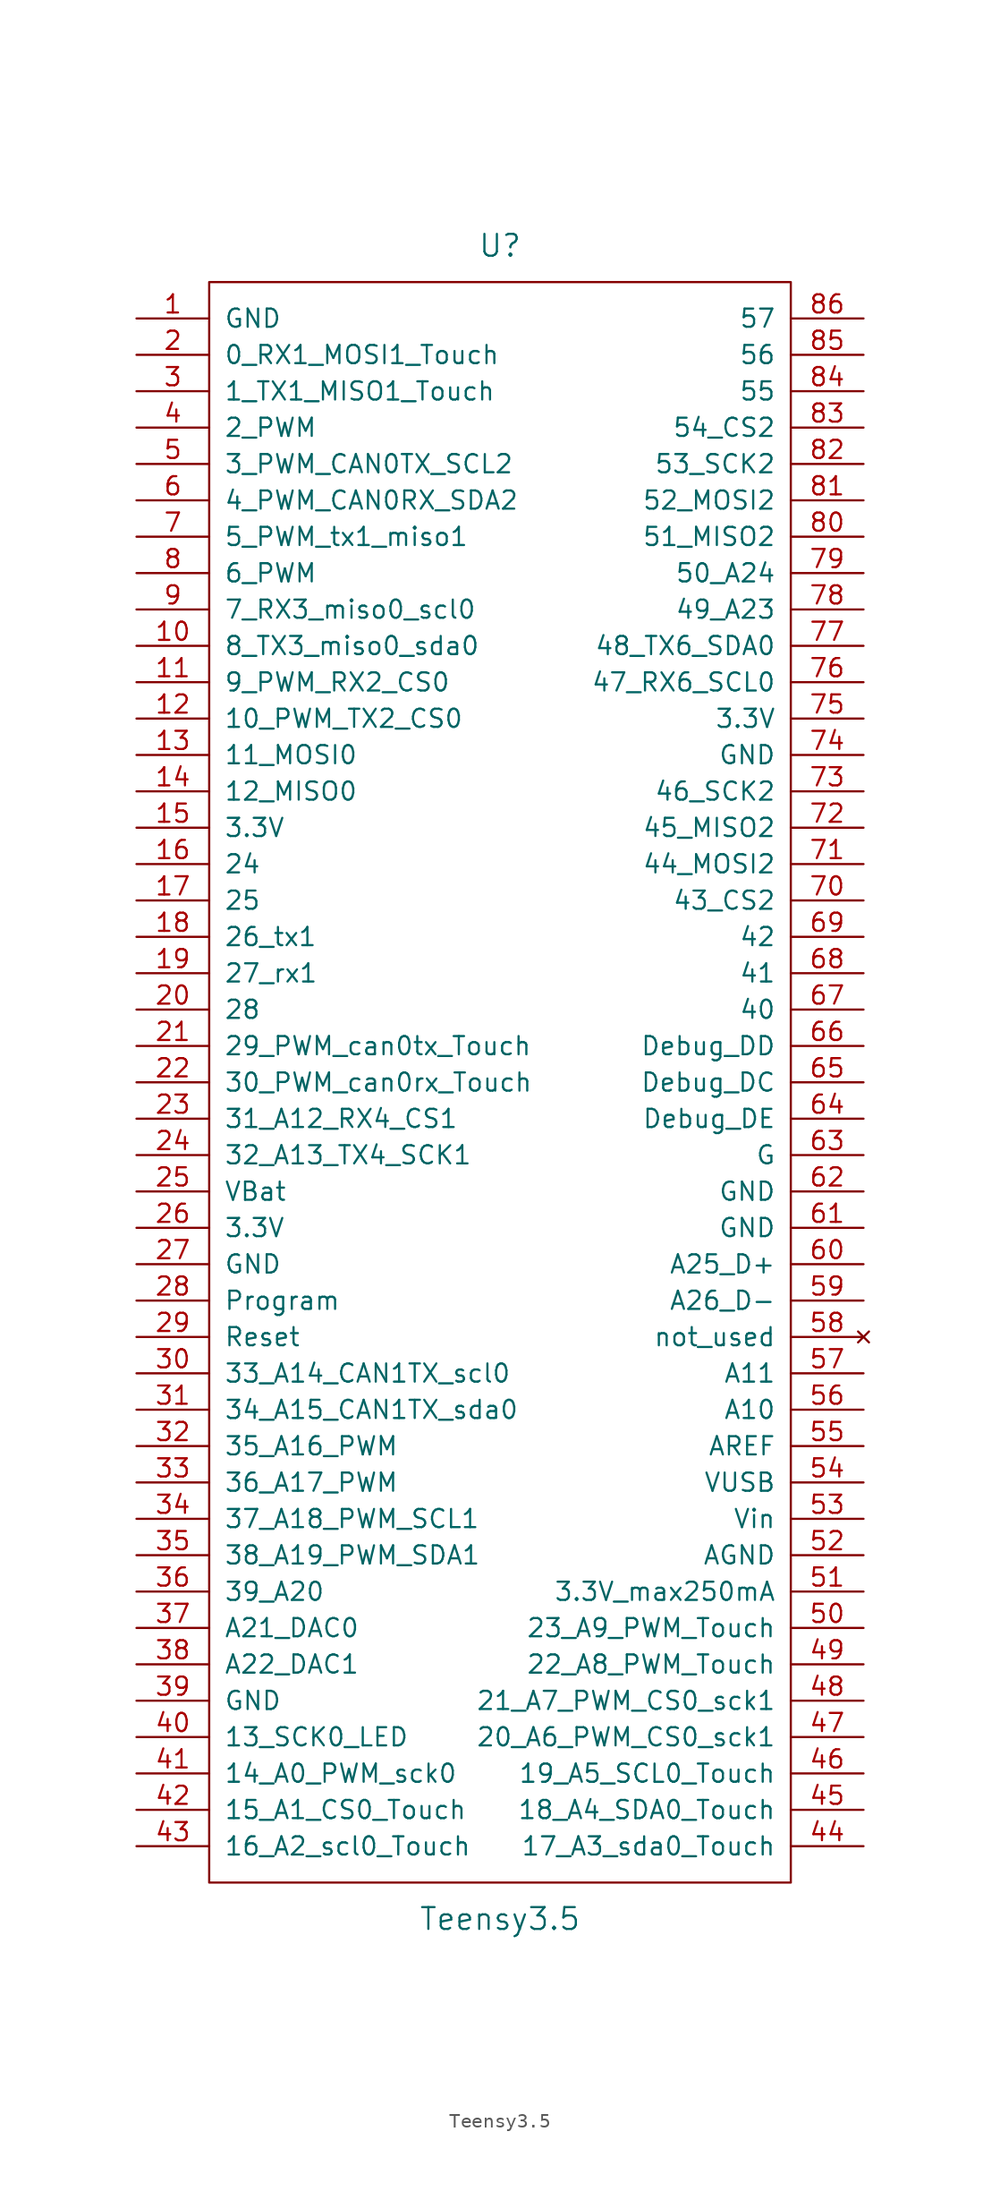
<source format=kicad_sym>
(kicad_symbol_lib
  (version 20211014)
  (generator kicad_symbol_editor)
  (symbol "Teensy3.5"
    (pin_names
      (offset 1.016))
    (property "Reference" "U"
      (at 0 58.42 0)
      (effects (font (size 1.524 1.524))))
    (property "Value" "Teensy3.5"
      (at 0 -58.42 0)
      (effects (font (size 1.524 1.524))))
    (property "Footprint" ""
      (at 0 0 0)
      (effects (font (size 1.524 1.524))))
    (property "Datasheet" ""
      (at 0 0 0)
      (effects (font (size 1.524 1.524))))
    (symbol "Teensy3.5_0_1"
      (rectangle (start -20.32 55.88) (end 20.32 -55.88) (stroke (width 0) (type default)) (fill (type none))))
    (symbol "Teensy3.5_1_1"
      (pin power_in line (at -25.4 53.34 0) (length 5.08) (name "GND" (effects (font (size 1.27 1.27)))) (number "1" (effects (font (size 1.27 1.27)))))
      (pin bidirectional line (at -25.4 30.48 0) (length 5.08) (name "8_TX3_miso0_sda0" (effects (font (size 1.27 1.27)))) (number "10" (effects (font (size 1.27 1.27)))))
      (pin bidirectional line (at -25.4 27.94 0) (length 5.08) (name "9_PWM_RX2_CS0" (effects (font (size 1.27 1.27)))) (number "11" (effects (font (size 1.27 1.27)))))
      (pin bidirectional line (at -25.4 25.4 0) (length 5.08) (name "10_PWM_TX2_CS0" (effects (font (size 1.27 1.27)))) (number "12" (effects (font (size 1.27 1.27)))))
      (pin bidirectional line (at -25.4 22.86 0) (length 5.08) (name "11_MOSI0" (effects (font (size 1.27 1.27)))) (number "13" (effects (font (size 1.27 1.27)))))
      (pin bidirectional line (at -25.4 20.32 0) (length 5.08) (name "12_MISO0" (effects (font (size 1.27 1.27)))) (number "14" (effects (font (size 1.27 1.27)))))
      (pin power_in line (at -25.4 17.78 0) (length 5.08) (name "3.3V" (effects (font (size 1.27 1.27)))) (number "15" (effects (font (size 1.27 1.27)))))
      (pin bidirectional line (at -25.4 15.24 0) (length 5.08) (name "24" (effects (font (size 1.27 1.27)))) (number "16" (effects (font (size 1.27 1.27)))))
      (pin bidirectional line (at -25.4 12.7 0) (length 5.08) (name "25" (effects (font (size 1.27 1.27)))) (number "17" (effects (font (size 1.27 1.27)))))
      (pin bidirectional line (at -25.4 10.16 0) (length 5.08) (name "26_tx1" (effects (font (size 1.27 1.27)))) (number "18" (effects (font (size 1.27 1.27)))))
      (pin bidirectional line (at -25.4 7.62 0) (length 5.08) (name "27_rx1" (effects (font (size 1.27 1.27)))) (number "19" (effects (font (size 1.27 1.27)))))
      (pin bidirectional line (at -25.4 50.8 0) (length 5.08) (name "0_RX1_MOSI1_Touch" (effects (font (size 1.27 1.27)))) (number "2" (effects (font (size 1.27 1.27)))))
      (pin bidirectional line (at -25.4 5.08 0) (length 5.08) (name "28" (effects (font (size 1.27 1.27)))) (number "20" (effects (font (size 1.27 1.27)))))
      (pin bidirectional line (at -25.4 2.54 0) (length 5.08) (name "29_PWM_can0tx_Touch" (effects (font (size 1.27 1.27)))) (number "21" (effects (font (size 1.27 1.27)))))
      (pin bidirectional line (at -25.4 0 0) (length 5.08) (name "30_PWM_can0rx_Touch" (effects (font (size 1.27 1.27)))) (number "22" (effects (font (size 1.27 1.27)))))
      (pin bidirectional line (at -25.4 -2.54 0) (length 5.08) (name "31_A12_RX4_CS1" (effects (font (size 1.27 1.27)))) (number "23" (effects (font (size 1.27 1.27)))))
      (pin bidirectional line (at -25.4 -5.08 0) (length 5.08) (name "32_A13_TX4_SCK1" (effects (font (size 1.27 1.27)))) (number "24" (effects (font (size 1.27 1.27)))))
      (pin power_in line (at -25.4 -7.62 0) (length 5.08) (name "VBat" (effects (font (size 1.27 1.27)))) (number "25" (effects (font (size 1.27 1.27)))))
      (pin power_in line (at -25.4 -10.16 0) (length 5.08) (name "3.3V" (effects (font (size 1.27 1.27)))) (number "26" (effects (font (size 1.27 1.27)))))
      (pin power_in line (at -25.4 -12.7 0) (length 5.08) (name "GND" (effects (font (size 1.27 1.27)))) (number "27" (effects (font (size 1.27 1.27)))))
      (pin input line (at -25.4 -15.24 0) (length 5.08) (name "Program" (effects (font (size 1.27 1.27)))) (number "28" (effects (font (size 1.27 1.27)))))
      (pin input line (at -25.4 -17.78 0) (length 5.08) (name "Reset" (effects (font (size 1.27 1.27)))) (number "29" (effects (font (size 1.27 1.27)))))
      (pin bidirectional line (at -25.4 48.26 0) (length 5.08) (name "1_TX1_MISO1_Touch" (effects (font (size 1.27 1.27)))) (number "3" (effects (font (size 1.27 1.27)))))
      (pin bidirectional line (at -25.4 -20.32 0) (length 5.08) (name "33_A14_CAN1TX_scl0" (effects (font (size 1.27 1.27)))) (number "30" (effects (font (size 1.27 1.27)))))
      (pin bidirectional line (at -25.4 -22.86 0) (length 5.08) (name "34_A15_CAN1TX_sda0" (effects (font (size 1.27 1.27)))) (number "31" (effects (font (size 1.27 1.27)))))
      (pin bidirectional line (at -25.4 -25.4 0) (length 5.08) (name "35_A16_PWM" (effects (font (size 1.27 1.27)))) (number "32" (effects (font (size 1.27 1.27)))))
      (pin bidirectional line (at -25.4 -27.94 0) (length 5.08) (name "36_A17_PWM" (effects (font (size 1.27 1.27)))) (number "33" (effects (font (size 1.27 1.27)))))
      (pin bidirectional line (at -25.4 -30.48 0) (length 5.08) (name "37_A18_PWM_SCL1" (effects (font (size 1.27 1.27)))) (number "34" (effects (font (size 1.27 1.27)))))
      (pin bidirectional line (at -25.4 -33.02 0) (length 5.08) (name "38_A19_PWM_SDA1" (effects (font (size 1.27 1.27)))) (number "35" (effects (font (size 1.27 1.27)))))
      (pin bidirectional line (at -25.4 -35.56 0) (length 5.08) (name "39_A20" (effects (font (size 1.27 1.27)))) (number "36" (effects (font (size 1.27 1.27)))))
      (pin bidirectional line (at -25.4 -38.1 0) (length 5.08) (name "A21_DAC0" (effects (font (size 1.27 1.27)))) (number "37" (effects (font (size 1.27 1.27)))))
      (pin bidirectional line (at -25.4 -40.64 0) (length 5.08) (name "A22_DAC1" (effects (font (size 1.27 1.27)))) (number "38" (effects (font (size 1.27 1.27)))))
      (pin power_in line (at -25.4 -43.18 0) (length 5.08) (name "GND" (effects (font (size 1.27 1.27)))) (number "39" (effects (font (size 1.27 1.27)))))
      (pin bidirectional line (at -25.4 45.72 0) (length 5.08) (name "2_PWM" (effects (font (size 1.27 1.27)))) (number "4" (effects (font (size 1.27 1.27)))))
      (pin bidirectional line (at -25.4 -45.72 0) (length 5.08) (name "13_SCK0_LED" (effects (font (size 1.27 1.27)))) (number "40" (effects (font (size 1.27 1.27)))))
      (pin bidirectional line (at -25.4 -48.26 0) (length 5.08) (name "14_A0_PWM_sck0" (effects (font (size 1.27 1.27)))) (number "41" (effects (font (size 1.27 1.27)))))
      (pin bidirectional line (at -25.4 -50.8 0) (length 5.08) (name "15_A1_CS0_Touch" (effects (font (size 1.27 1.27)))) (number "42" (effects (font (size 1.27 1.27)))))
      (pin bidirectional line (at -25.4 -53.34 0) (length 5.08) (name "16_A2_scl0_Touch" (effects (font (size 1.27 1.27)))) (number "43" (effects (font (size 1.27 1.27)))))
      (pin bidirectional line (at 25.4 -53.34 180) (length 5.08) (name "17_A3_sda0_Touch" (effects (font (size 1.27 1.27)))) (number "44" (effects (font (size 1.27 1.27)))))
      (pin bidirectional line (at 25.4 -50.8 180) (length 5.08) (name "18_A4_SDA0_Touch" (effects (font (size 1.27 1.27)))) (number "45" (effects (font (size 1.27 1.27)))))
      (pin bidirectional line (at 25.4 -48.26 180) (length 5.08) (name "19_A5_SCL0_Touch" (effects (font (size 1.27 1.27)))) (number "46" (effects (font (size 1.27 1.27)))))
      (pin bidirectional line (at 25.4 -45.72 180) (length 5.08) (name "20_A6_PWM_CS0_sck1" (effects (font (size 1.27 1.27)))) (number "47" (effects (font (size 1.27 1.27)))))
      (pin bidirectional line (at 25.4 -43.18 180) (length 5.08) (name "21_A7_PWM_CS0_sck1" (effects (font (size 1.27 1.27)))) (number "48" (effects (font (size 1.27 1.27)))))
      (pin bidirectional line (at 25.4 -40.64 180) (length 5.08) (name "22_A8_PWM_Touch" (effects (font (size 1.27 1.27)))) (number "49" (effects (font (size 1.27 1.27)))))
      (pin bidirectional line (at -25.4 43.18 0) (length 5.08) (name "3_PWM_CAN0TX_SCL2" (effects (font (size 1.27 1.27)))) (number "5" (effects (font (size 1.27 1.27)))))
      (pin bidirectional line (at 25.4 -38.1 180) (length 5.08) (name "23_A9_PWM_Touch" (effects (font (size 1.27 1.27)))) (number "50" (effects (font (size 1.27 1.27)))))
      (pin power_in line (at 25.4 -35.56 180) (length 5.08) (name "3.3V_max250mA" (effects (font (size 1.27 1.27)))) (number "51" (effects (font (size 1.27 1.27)))))
      (pin power_in line (at 25.4 -33.02 180) (length 5.08) (name "AGND" (effects (font (size 1.27 1.27)))) (number "52" (effects (font (size 1.27 1.27)))))
      (pin power_in line (at 25.4 -30.48 180) (length 5.08) (name "Vin" (effects (font (size 1.27 1.27)))) (number "53" (effects (font (size 1.27 1.27)))))
      (pin power_in line (at 25.4 -27.94 180) (length 5.08) (name "VUSB" (effects (font (size 1.27 1.27)))) (number "54" (effects (font (size 1.27 1.27)))))
      (pin input line (at 25.4 -25.4 180) (length 5.08) (name "AREF" (effects (font (size 1.27 1.27)))) (number "55" (effects (font (size 1.27 1.27)))))
      (pin bidirectional line (at 25.4 -22.86 180) (length 5.08) (name "A10" (effects (font (size 1.27 1.27)))) (number "56" (effects (font (size 1.27 1.27)))))
      (pin bidirectional line (at 25.4 -20.32 180) (length 5.08) (name "A11" (effects (font (size 1.27 1.27)))) (number "57" (effects (font (size 1.27 1.27)))))
      (pin no_connect line (at 25.4 -17.78 180) (length 5.08) (name "not_used" (effects (font (size 1.27 1.27)))) (number "58" (effects (font (size 1.27 1.27)))))
      (pin bidirectional line (at 25.4 -15.24 180) (length 5.08) (name "A26_D-" (effects (font (size 1.27 1.27)))) (number "59" (effects (font (size 1.27 1.27)))))
      (pin bidirectional line (at -25.4 40.64 0) (length 5.08) (name "4_PWM_CAN0RX_SDA2" (effects (font (size 1.27 1.27)))) (number "6" (effects (font (size 1.27 1.27)))))
      (pin bidirectional line (at 25.4 -12.7 180) (length 5.08) (name "A25_D+" (effects (font (size 1.27 1.27)))) (number "60" (effects (font (size 1.27 1.27)))))
      (pin power_in line (at 25.4 -10.16 180) (length 5.08) (name "GND" (effects (font (size 1.27 1.27)))) (number "61" (effects (font (size 1.27 1.27)))))
      (pin power_in line (at 25.4 -7.62 180) (length 5.08) (name "GND" (effects (font (size 1.27 1.27)))) (number "62" (effects (font (size 1.27 1.27)))))
      (pin power_in line (at 25.4 -5.08 180) (length 5.08) (name "G" (effects (font (size 1.27 1.27)))) (number "63" (effects (font (size 1.27 1.27)))))
      (pin input line (at 25.4 -2.54 180) (length 5.08) (name "Debug_DE" (effects (font (size 1.27 1.27)))) (number "64" (effects (font (size 1.27 1.27)))))
      (pin input line (at 25.4 0 180) (length 5.08) (name "Debug_DC" (effects (font (size 1.27 1.27)))) (number "65" (effects (font (size 1.27 1.27)))))
      (pin input line (at 25.4 2.54 180) (length 5.08) (name "Debug_DD" (effects (font (size 1.27 1.27)))) (number "66" (effects (font (size 1.27 1.27)))))
      (pin bidirectional line (at 25.4 5.08 180) (length 5.08) (name "40" (effects (font (size 1.27 1.27)))) (number "67" (effects (font (size 1.27 1.27)))))
      (pin bidirectional line (at 25.4 7.62 180) (length 5.08) (name "41" (effects (font (size 1.27 1.27)))) (number "68" (effects (font (size 1.27 1.27)))))
      (pin bidirectional line (at 25.4 10.16 180) (length 5.08) (name "42" (effects (font (size 1.27 1.27)))) (number "69" (effects (font (size 1.27 1.27)))))
      (pin bidirectional line (at -25.4 38.1 0) (length 5.08) (name "5_PWM_tx1_miso1" (effects (font (size 1.27 1.27)))) (number "7" (effects (font (size 1.27 1.27)))))
      (pin bidirectional line (at 25.4 12.7 180) (length 5.08) (name "43_CS2" (effects (font (size 1.27 1.27)))) (number "70" (effects (font (size 1.27 1.27)))))
      (pin bidirectional line (at 25.4 15.24 180) (length 5.08) (name "44_MOSI2" (effects (font (size 1.27 1.27)))) (number "71" (effects (font (size 1.27 1.27)))))
      (pin bidirectional line (at 25.4 17.78 180) (length 5.08) (name "45_MISO2" (effects (font (size 1.27 1.27)))) (number "72" (effects (font (size 1.27 1.27)))))
      (pin bidirectional line (at 25.4 20.32 180) (length 5.08) (name "46_SCK2" (effects (font (size 1.27 1.27)))) (number "73" (effects (font (size 1.27 1.27)))))
      (pin power_in line (at 25.4 22.86 180) (length 5.08) (name "GND" (effects (font (size 1.27 1.27)))) (number "74" (effects (font (size 1.27 1.27)))))
      (pin power_in line (at 25.4 25.4 180) (length 5.08) (name "3.3V" (effects (font (size 1.27 1.27)))) (number "75" (effects (font (size 1.27 1.27)))))
      (pin bidirectional line (at 25.4 27.94 180) (length 5.08) (name "47_RX6_SCL0" (effects (font (size 1.27 1.27)))) (number "76" (effects (font (size 1.27 1.27)))))
      (pin bidirectional line (at 25.4 30.48 180) (length 5.08) (name "48_TX6_SDA0" (effects (font (size 1.27 1.27)))) (number "77" (effects (font (size 1.27 1.27)))))
      (pin bidirectional line (at 25.4 33.02 180) (length 5.08) (name "49_A23" (effects (font (size 1.27 1.27)))) (number "78" (effects (font (size 1.27 1.27)))))
      (pin bidirectional line (at 25.4 35.56 180) (length 5.08) (name "50_A24" (effects (font (size 1.27 1.27)))) (number "79" (effects (font (size 1.27 1.27)))))
      (pin bidirectional line (at -25.4 35.56 0) (length 5.08) (name "6_PWM" (effects (font (size 1.27 1.27)))) (number "8" (effects (font (size 1.27 1.27)))))
      (pin bidirectional line (at 25.4 38.1 180) (length 5.08) (name "51_MISO2" (effects (font (size 1.27 1.27)))) (number "80" (effects (font (size 1.27 1.27)))))
      (pin bidirectional line (at 25.4 40.64 180) (length 5.08) (name "52_MOSI2" (effects (font (size 1.27 1.27)))) (number "81" (effects (font (size 1.27 1.27)))))
      (pin bidirectional line (at 25.4 43.18 180) (length 5.08) (name "53_SCK2" (effects (font (size 1.27 1.27)))) (number "82" (effects (font (size 1.27 1.27)))))
      (pin bidirectional line (at 25.4 45.72 180) (length 5.08) (name "54_CS2" (effects (font (size 1.27 1.27)))) (number "83" (effects (font (size 1.27 1.27)))))
      (pin bidirectional line (at 25.4 48.26 180) (length 5.08) (name "55" (effects (font (size 1.27 1.27)))) (number "84" (effects (font (size 1.27 1.27)))))
      (pin bidirectional line (at 25.4 50.8 180) (length 5.08) (name "56" (effects (font (size 1.27 1.27)))) (number "85" (effects (font (size 1.27 1.27)))))
      (pin bidirectional line (at 25.4 53.34 180) (length 5.08) (name "57" (effects (font (size 1.27 1.27)))) (number "86" (effects (font (size 1.27 1.27)))))
      (pin bidirectional line (at -25.4 33.02 0) (length 5.08) (name "7_RX3_miso0_scl0" (effects (font (size 1.27 1.27)))) (number "9" (effects (font (size 1.27 1.27))))))))
</source>
